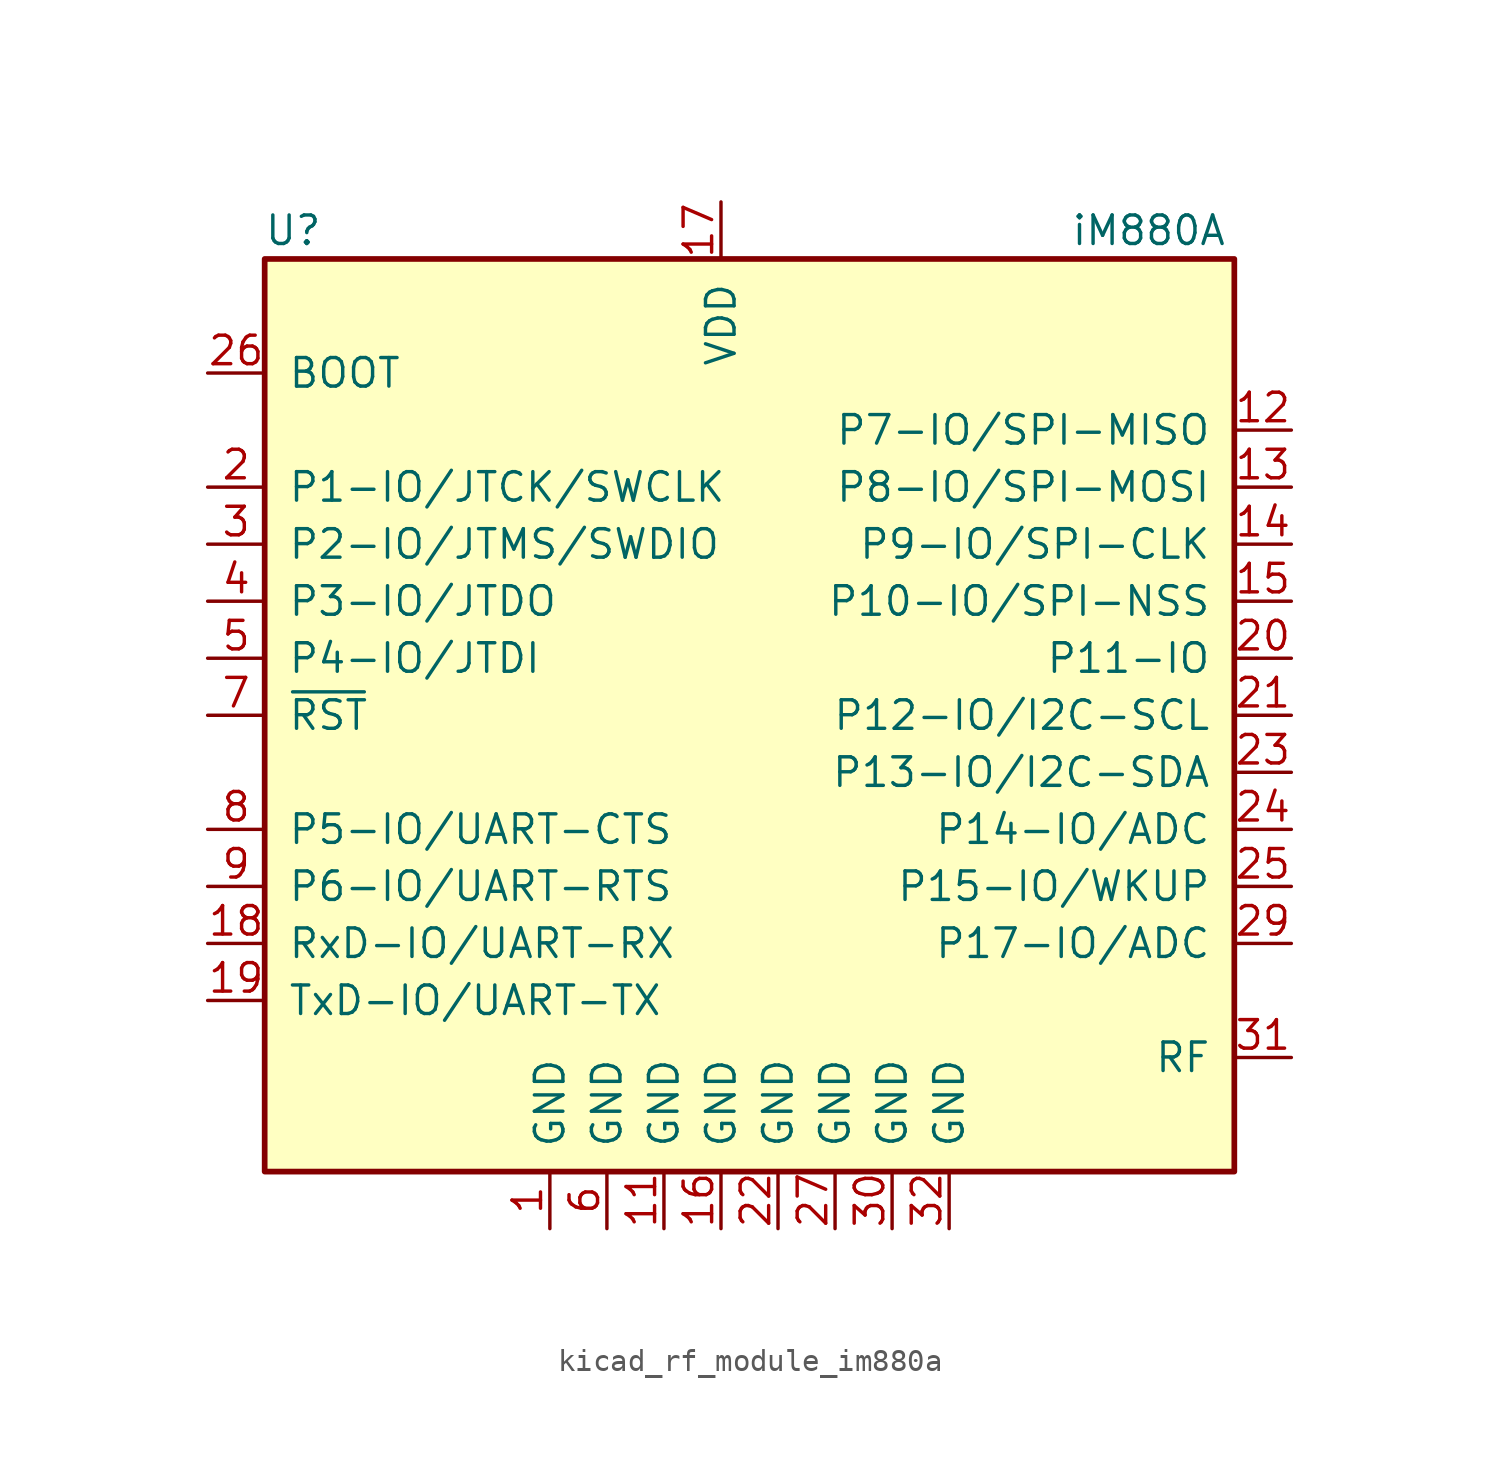
<source format=kicad_sym>
(kicad_symbol_lib
  (version 20220914)
  (generator kicad_symbol_editor)
  (symbol "kicad_rf_module_im880a"
    (pin_names
      (offset 1.016))
    (property "Reference" "U"
      (at -19.05 21.59 0)
      (effects (font (size 1.27 1.27))))
    (property "Value" "iM880A"
      (at 19.05 21.59 0)
      (effects (font (size 1.27 1.27))))
    (symbol "kicad_rf_module_im880a_0_1"
      (rectangle (start -20.32 20.32) (end 22.86 -20.32) (stroke (width 0.254) (type default)) (fill (type background))))
    (symbol "kicad_rf_module_im880a_1_1"
      (pin power_in line (at -7.62 -22.86 90) (length 2.54) (name "GND" (effects (font (size 1.27 1.27)))) (number "1" (effects (font (size 1.27 1.27)))))
      (pin no_connect line (at 5.08 20.32 270) (length 2.54) hide (name "NC" (effects (font (size 1.27 1.27)))) (number "10" (effects (font (size 1.27 1.27)))))
      (pin power_in line (at -2.54 -22.86 90) (length 2.54) (name "GND" (effects (font (size 1.27 1.27)))) (number "11" (effects (font (size 1.27 1.27)))))
      (pin bidirectional line (at 25.4 12.7 180) (length 2.54) (name "P7-IO/SPI-MISO" (effects (font (size 1.27 1.27)))) (number "12" (effects (font (size 1.27 1.27)))))
      (pin bidirectional line (at 25.4 10.16 180) (length 2.54) (name "P8-IO/SPI-MOSI" (effects (font (size 1.27 1.27)))) (number "13" (effects (font (size 1.27 1.27)))))
      (pin bidirectional line (at 25.4 7.62 180) (length 2.54) (name "P9-IO/SPI-CLK" (effects (font (size 1.27 1.27)))) (number "14" (effects (font (size 1.27 1.27)))))
      (pin bidirectional line (at 25.4 5.08 180) (length 2.54) (name "P10-IO/SPI-NSS" (effects (font (size 1.27 1.27)))) (number "15" (effects (font (size 1.27 1.27)))))
      (pin power_in line (at 0 -22.86 90) (length 2.54) (name "GND" (effects (font (size 1.27 1.27)))) (number "16" (effects (font (size 1.27 1.27)))))
      (pin power_in line (at 0 22.86 270) (length 2.54) (name "VDD" (effects (font (size 1.27 1.27)))) (number "17" (effects (font (size 1.27 1.27)))))
      (pin bidirectional line (at -22.86 -10.16 0) (length 2.54) (name "RxD-IO/UART-RX" (effects (font (size 1.27 1.27)))) (number "18" (effects (font (size 1.27 1.27)))))
      (pin bidirectional line (at -22.86 -12.7 0) (length 2.54) (name "TxD-IO/UART-TX" (effects (font (size 1.27 1.27)))) (number "19" (effects (font (size 1.27 1.27)))))
      (pin bidirectional line (at -22.86 10.16 0) (length 2.54) (name "P1-IO/JTCK/SWCLK" (effects (font (size 1.27 1.27)))) (number "2" (effects (font (size 1.27 1.27)))))
      (pin bidirectional line (at 25.4 2.54 180) (length 2.54) (name "P11-IO" (effects (font (size 1.27 1.27)))) (number "20" (effects (font (size 1.27 1.27)))))
      (pin bidirectional line (at 25.4 0 180) (length 2.54) (name "P12-IO/I2C-SCL" (effects (font (size 1.27 1.27)))) (number "21" (effects (font (size 1.27 1.27)))))
      (pin power_in line (at 2.54 -22.86 90) (length 2.54) (name "GND" (effects (font (size 1.27 1.27)))) (number "22" (effects (font (size 1.27 1.27)))))
      (pin bidirectional line (at 25.4 -2.54 180) (length 2.54) (name "P13-IO/I2C-SDA" (effects (font (size 1.27 1.27)))) (number "23" (effects (font (size 1.27 1.27)))))
      (pin bidirectional line (at 25.4 -5.08 180) (length 2.54) (name "P14-IO/ADC" (effects (font (size 1.27 1.27)))) (number "24" (effects (font (size 1.27 1.27)))))
      (pin bidirectional line (at 25.4 -7.62 180) (length 2.54) (name "P15-IO/WKUP" (effects (font (size 1.27 1.27)))) (number "25" (effects (font (size 1.27 1.27)))))
      (pin input line (at -22.86 15.24 0) (length 2.54) (name "BOOT" (effects (font (size 1.27 1.27)))) (number "26" (effects (font (size 1.27 1.27)))))
      (pin power_in line (at 5.08 -22.86 90) (length 2.54) (name "GND" (effects (font (size 1.27 1.27)))) (number "27" (effects (font (size 1.27 1.27)))))
      (pin no_connect line (at 7.62 20.32 270) (length 2.54) hide (name "NC" (effects (font (size 1.27 1.27)))) (number "28" (effects (font (size 1.27 1.27)))))
      (pin bidirectional line (at 25.4 -10.16 180) (length 2.54) (name "P17-IO/ADC" (effects (font (size 1.27 1.27)))) (number "29" (effects (font (size 1.27 1.27)))))
      (pin bidirectional line (at -22.86 7.62 0) (length 2.54) (name "P2-IO/JTMS/SWDIO" (effects (font (size 1.27 1.27)))) (number "3" (effects (font (size 1.27 1.27)))))
      (pin power_in line (at 7.62 -22.86 90) (length 2.54) (name "GND" (effects (font (size 1.27 1.27)))) (number "30" (effects (font (size 1.27 1.27)))))
      (pin bidirectional line (at 25.4 -15.24 180) (length 2.54) (name "RF" (effects (font (size 1.27 1.27)))) (number "31" (effects (font (size 1.27 1.27)))))
      (pin power_in line (at 10.16 -22.86 90) (length 2.54) (name "GND" (effects (font (size 1.27 1.27)))) (number "32" (effects (font (size 1.27 1.27)))))
      (pin bidirectional line (at -22.86 5.08 0) (length 2.54) (name "P3-IO/JTDO" (effects (font (size 1.27 1.27)))) (number "4" (effects (font (size 1.27 1.27)))))
      (pin bidirectional line (at -22.86 2.54 0) (length 2.54) (name "P4-IO/JTDI" (effects (font (size 1.27 1.27)))) (number "5" (effects (font (size 1.27 1.27)))))
      (pin power_in line (at -5.08 -22.86 90) (length 2.54) (name "GND" (effects (font (size 1.27 1.27)))) (number "6" (effects (font (size 1.27 1.27)))))
      (pin input line (at -22.86 0 0) (length 2.54) (name "~{RST}" (effects (font (size 1.27 1.27)))) (number "7" (effects (font (size 1.27 1.27)))))
      (pin bidirectional line (at -22.86 -5.08 0) (length 2.54) (name "P5-IO/UART-CTS" (effects (font (size 1.27 1.27)))) (number "8" (effects (font (size 1.27 1.27)))))
      (pin bidirectional line (at -22.86 -7.62 0) (length 2.54) (name "P6-IO/UART-RTS" (effects (font (size 1.27 1.27)))) (number "9" (effects (font (size 1.27 1.27))))))))
</source>
